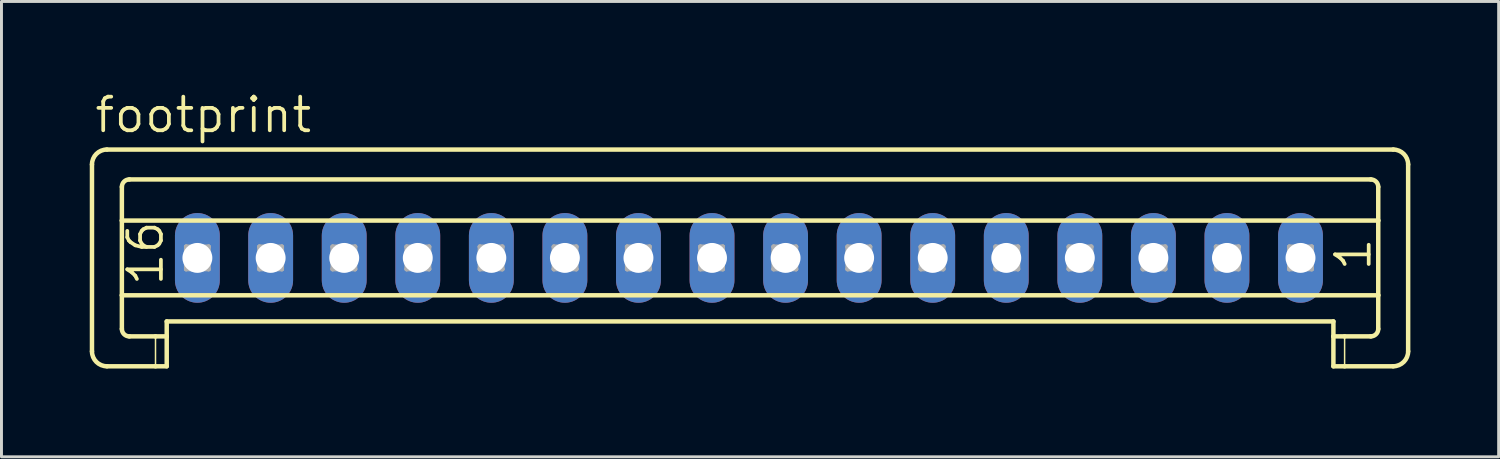
<source format=kicad_pcb>
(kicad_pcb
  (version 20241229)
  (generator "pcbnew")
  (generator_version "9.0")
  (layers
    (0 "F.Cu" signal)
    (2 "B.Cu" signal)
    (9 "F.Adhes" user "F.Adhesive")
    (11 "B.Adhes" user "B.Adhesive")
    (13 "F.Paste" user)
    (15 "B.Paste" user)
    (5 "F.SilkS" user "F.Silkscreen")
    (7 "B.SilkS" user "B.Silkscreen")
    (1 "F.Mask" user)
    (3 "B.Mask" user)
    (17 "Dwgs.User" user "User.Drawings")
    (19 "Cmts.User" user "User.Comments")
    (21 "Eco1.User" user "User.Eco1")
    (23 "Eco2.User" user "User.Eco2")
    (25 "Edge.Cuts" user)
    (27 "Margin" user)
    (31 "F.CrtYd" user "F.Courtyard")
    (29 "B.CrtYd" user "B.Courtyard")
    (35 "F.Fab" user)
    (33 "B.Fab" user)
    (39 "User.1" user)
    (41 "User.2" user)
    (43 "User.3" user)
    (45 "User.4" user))
  (footprint "footprint"
    (layer "F.Cu")
    (at 22.398 5.715)
    (property "Reference" "footprint" (at -22.296 -4.191 0) (layer "F.SilkS") (effects (font (size 1.143 1.143) (thickness 0.127)) (justify left bottom)))
    (fp_line (start -22.322 -3.175) (end -22.322 3.175) (stroke (width 0.152) (type solid)) (layer "F.SilkS"))
    (fp_line (start -21.814 -3.683) (end 21.9 -3.683) (stroke (width 0.152) (type solid)) (layer "F.SilkS"))
    (fp_line (start -21.306 -1.27) (end -21.306 -2.413) (stroke (width 0.152) (type solid)) (layer "F.SilkS"))
    (fp_line (start -21.306 -1.27) (end 21.392 -1.27) (stroke (width 0.152) (type solid)) (layer "F.SilkS"))
    (fp_line (start -21.306 1.27) (end -21.306 -1.27) (stroke (width 0.152) (type solid)) (layer "F.SilkS"))
    (fp_line (start -21.306 1.27) (end 21.392 1.27) (stroke (width 0.152) (type solid)) (layer "F.SilkS"))
    (fp_line (start -21.306 2.413) (end -21.306 1.27) (stroke (width 0.152) (type solid)) (layer "F.SilkS"))
    (fp_line (start -21.052 -2.667) (end 21.138 -2.667) (stroke (width 0.152) (type solid)) (layer "F.SilkS"))
    (fp_line (start -21.052 2.667) (end -20.163 2.667) (stroke (width 0.152) (type solid)) (layer "F.SilkS"))
    (fp_line (start -20.163 2.667) (end -20.163 3.683) (stroke (width 0.051) (type solid)) (layer "F.SilkS"))
    (fp_line (start -20.163 2.667) (end -19.782 2.667) (stroke (width 0.152) (type solid)) (layer "F.SilkS"))
    (fp_line (start -20.163 3.683) (end -21.814 3.683) (stroke (width 0.152) (type solid)) (layer "F.SilkS"))
    (fp_line (start -19.782 2.159) (end 19.868 2.159) (stroke (width 0.152) (type solid)) (layer "F.SilkS"))
    (fp_line (start -19.782 2.667) (end -19.782 2.159) (stroke (width 0.152) (type solid)) (layer "F.SilkS"))
    (fp_line (start -19.782 2.667) (end -19.782 3.683) (stroke (width 0.152) (type solid)) (layer "F.SilkS"))
    (fp_line (start -19.782 3.683) (end -20.163 3.683) (stroke (width 0.152) (type solid)) (layer "F.SilkS"))
    (fp_line (start 19.868 2.667) (end 19.868 2.159) (stroke (width 0.152) (type solid)) (layer "F.SilkS"))
    (fp_line (start 19.868 2.667) (end 20.249 2.667) (stroke (width 0.152) (type solid)) (layer "F.SilkS"))
    (fp_line (start 19.868 3.683) (end 19.868 2.667) (stroke (width 0.152) (type solid)) (layer "F.SilkS"))
    (fp_line (start 20.249 2.667) (end 20.249 3.683) (stroke (width 0.051) (type solid)) (layer "F.SilkS"))
    (fp_line (start 20.249 2.667) (end 21.138 2.667) (stroke (width 0.152) (type solid)) (layer "F.SilkS"))
    (fp_line (start 20.249 3.683) (end 19.868 3.683) (stroke (width 0.152) (type solid)) (layer "F.SilkS"))
    (fp_line (start 21.392 -1.27) (end 21.392 -2.413) (stroke (width 0.152) (type solid)) (layer "F.SilkS"))
    (fp_line (start 21.392 1.27) (end 21.392 -1.27) (stroke (width 0.152) (type solid)) (layer "F.SilkS"))
    (fp_line (start 21.392 2.413) (end 21.392 1.27) (stroke (width 0.152) (type solid)) (layer "F.SilkS"))
    (fp_line (start 21.9 3.683) (end 20.249 3.683) (stroke (width 0.152) (type solid)) (layer "F.SilkS"))
    (fp_line (start 22.408 -3.175) (end 22.408 3.175) (stroke (width 0.152) (type solid)) (layer "F.SilkS"))
    (fp_arc (start -22.322 -3.175) (mid -22.17321 -3.53421) (end -21.814 -3.683) (stroke (width 0.1524) (type solid)) (layer "F.SilkS"))
    (fp_arc (start -21.814 3.683) (mid -22.17321 3.53421) (end -22.322 3.175) (stroke (width 0.1524) (type solid)) (layer "F.SilkS"))
    (fp_arc (start -21.306 -2.413) (mid -21.231605 -2.592605) (end -21.052 -2.667) (stroke (width 0.1524) (type solid)) (layer "F.SilkS"))
    (fp_arc (start -21.052 2.667) (mid -21.231605 2.592605) (end -21.306 2.413) (stroke (width 0.1524) (type solid)) (layer "F.SilkS"))
    (fp_arc (start 21.138 -2.667) (mid 21.317605 -2.592605) (end 21.392 -2.413) (stroke (width 0.1524) (type solid)) (layer "F.SilkS"))
    (fp_arc (start 21.392 2.413) (mid 21.317605 2.592605) (end 21.138 2.667) (stroke (width 0.1524) (type solid)) (layer "F.SilkS"))
    (fp_arc (start 21.9 -3.683) (mid 22.25921 -3.53421) (end 22.408 -3.175) (stroke (width 0.1524) (type solid)) (layer "F.SilkS"))
    (fp_arc (start 22.408 3.175) (mid 22.25921 3.53421) (end 21.9 3.683) (stroke (width 0.1524) (type solid)) (layer "F.SilkS"))
    (fp_line (start -19.121 -0.381) (end -19.121 0.381) (stroke (width 0.152) (type solid)) (layer "F.Fab"))
    (fp_line (start -19.121 -0.381) (end -18.359 0.381) (stroke (width 0.152) (type solid)) (layer "F.Fab"))
    (fp_line (start -19.121 0.381) (end -18.359 0.381) (stroke (width 0.152) (type solid)) (layer "F.Fab"))
    (fp_line (start -18.359 -0.381) (end -19.121 -0.381) (stroke (width 0.152) (type solid)) (layer "F.Fab"))
    (fp_line (start -18.359 -0.381) (end -19.121 0.381) (stroke (width 0.152) (type solid)) (layer "F.Fab"))
    (fp_line (start -18.359 0.381) (end -18.359 -0.381) (stroke (width 0.152) (type solid)) (layer "F.Fab"))
    (fp_line (start -16.632 -0.381) (end -16.632 0.381) (stroke (width 0.152) (type solid)) (layer "F.Fab"))
    (fp_line (start -16.632 -0.381) (end -15.87 0.381) (stroke (width 0.152) (type solid)) (layer "F.Fab"))
    (fp_line (start -16.632 0.381) (end -15.87 0.381) (stroke (width 0.152) (type solid)) (layer "F.Fab"))
    (fp_line (start -15.87 -0.381) (end -16.632 -0.381) (stroke (width 0.152) (type solid)) (layer "F.Fab"))
    (fp_line (start -15.87 -0.381) (end -16.632 0.381) (stroke (width 0.152) (type solid)) (layer "F.Fab"))
    (fp_line (start -15.87 0.381) (end -15.87 -0.381) (stroke (width 0.152) (type solid)) (layer "F.Fab"))
    (fp_line (start -14.143 -0.381) (end -14.143 0.381) (stroke (width 0.152) (type solid)) (layer "F.Fab"))
    (fp_line (start -14.143 -0.381) (end -13.381 0.381) (stroke (width 0.152) (type solid)) (layer "F.Fab"))
    (fp_line (start -14.143 0.381) (end -13.381 0.381) (stroke (width 0.152) (type solid)) (layer "F.Fab"))
    (fp_line (start -13.381 -0.381) (end -14.143 -0.381) (stroke (width 0.152) (type solid)) (layer "F.Fab"))
    (fp_line (start -13.381 -0.381) (end -14.143 0.381) (stroke (width 0.152) (type solid)) (layer "F.Fab"))
    (fp_line (start -13.381 0.381) (end -13.381 -0.381) (stroke (width 0.152) (type solid)) (layer "F.Fab"))
    (fp_line (start -11.628 -0.381) (end -11.628 0.381) (stroke (width 0.152) (type solid)) (layer "F.Fab"))
    (fp_line (start -11.628 -0.381) (end -10.866 0.381) (stroke (width 0.152) (type solid)) (layer "F.Fab"))
    (fp_line (start -11.628 0.381) (end -10.866 0.381) (stroke (width 0.152) (type solid)) (layer "F.Fab"))
    (fp_line (start -10.866 -0.381) (end -11.628 -0.381) (stroke (width 0.152) (type solid)) (layer "F.Fab"))
    (fp_line (start -10.866 -0.381) (end -11.628 0.381) (stroke (width 0.152) (type solid)) (layer "F.Fab"))
    (fp_line (start -10.866 0.381) (end -10.866 -0.381) (stroke (width 0.152) (type solid)) (layer "F.Fab"))
    (fp_line (start -9.139 -0.381) (end -9.139 0.381) (stroke (width 0.152) (type solid)) (layer "F.Fab"))
    (fp_line (start -9.139 -0.381) (end -8.377 0.381) (stroke (width 0.152) (type solid)) (layer "F.Fab"))
    (fp_line (start -9.139 0.381) (end -8.377 0.381) (stroke (width 0.152) (type solid)) (layer "F.Fab"))
    (fp_line (start -8.377 -0.381) (end -9.139 -0.381) (stroke (width 0.152) (type solid)) (layer "F.Fab"))
    (fp_line (start -8.377 -0.381) (end -9.139 0.381) (stroke (width 0.152) (type solid)) (layer "F.Fab"))
    (fp_line (start -8.377 0.381) (end -8.377 -0.381) (stroke (width 0.152) (type solid)) (layer "F.Fab"))
    (fp_line (start -6.625 -0.381) (end -6.625 0.381) (stroke (width 0.152) (type solid)) (layer "F.Fab"))
    (fp_line (start -6.625 -0.381) (end -5.863 0.381) (stroke (width 0.152) (type solid)) (layer "F.Fab"))
    (fp_line (start -6.625 0.381) (end -5.863 0.381) (stroke (width 0.152) (type solid)) (layer "F.Fab"))
    (fp_line (start -5.863 -0.381) (end -6.625 -0.381) (stroke (width 0.152) (type solid)) (layer "F.Fab"))
    (fp_line (start -5.863 -0.381) (end -6.625 0.381) (stroke (width 0.152) (type solid)) (layer "F.Fab"))
    (fp_line (start -5.863 0.381) (end -5.863 -0.381) (stroke (width 0.152) (type solid)) (layer "F.Fab"))
    (fp_line (start -4.135 -0.381) (end -4.135 0.381) (stroke (width 0.152) (type solid)) (layer "F.Fab"))
    (fp_line (start -4.135 -0.381) (end -3.373 0.381) (stroke (width 0.152) (type solid)) (layer "F.Fab"))
    (fp_line (start -4.135 0.381) (end -3.373 0.381) (stroke (width 0.152) (type solid)) (layer "F.Fab"))
    (fp_line (start -3.373 -0.381) (end -4.135 -0.381) (stroke (width 0.152) (type solid)) (layer "F.Fab"))
    (fp_line (start -3.373 -0.381) (end -4.135 0.381) (stroke (width 0.152) (type solid)) (layer "F.Fab"))
    (fp_line (start -3.373 0.381) (end -3.373 -0.381) (stroke (width 0.152) (type solid)) (layer "F.Fab"))
    (fp_line (start -1.646 -0.381) (end -1.646 0.381) (stroke (width 0.152) (type solid)) (layer "F.Fab"))
    (fp_line (start -1.646 -0.381) (end -0.884 0.381) (stroke (width 0.152) (type solid)) (layer "F.Fab"))
    (fp_line (start -1.646 0.381) (end -0.884 0.381) (stroke (width 0.152) (type solid)) (layer "F.Fab"))
    (fp_line (start -0.884 -0.381) (end -1.646 -0.381) (stroke (width 0.152) (type solid)) (layer "F.Fab"))
    (fp_line (start -0.884 -0.381) (end -1.646 0.381) (stroke (width 0.152) (type solid)) (layer "F.Fab"))
    (fp_line (start -0.884 0.381) (end -0.884 -0.381) (stroke (width 0.152) (type solid)) (layer "F.Fab"))
    (fp_line (start 0.843 -0.381) (end 0.843 0.381) (stroke (width 0.152) (type solid)) (layer "F.Fab"))
    (fp_line (start 0.843 -0.381) (end 1.605 0.381) (stroke (width 0.152) (type solid)) (layer "F.Fab"))
    (fp_line (start 0.843 0.381) (end 1.605 0.381) (stroke (width 0.152) (type solid)) (layer "F.Fab"))
    (fp_line (start 1.605 -0.381) (end 0.843 -0.381) (stroke (width 0.152) (type solid)) (layer "F.Fab"))
    (fp_line (start 1.605 -0.381) (end 0.843 0.381) (stroke (width 0.152) (type solid)) (layer "F.Fab"))
    (fp_line (start 1.605 0.381) (end 1.605 -0.381) (stroke (width 0.152) (type solid)) (layer "F.Fab"))
    (fp_line (start 3.358 -0.381) (end 3.358 0.381) (stroke (width 0.152) (type solid)) (layer "F.Fab"))
    (fp_line (start 3.358 -0.381) (end 4.12 0.381) (stroke (width 0.152) (type solid)) (layer "F.Fab"))
    (fp_line (start 3.358 0.381) (end 4.12 0.381) (stroke (width 0.152) (type solid)) (layer "F.Fab"))
    (fp_line (start 4.12 -0.381) (end 3.358 -0.381) (stroke (width 0.152) (type solid)) (layer "F.Fab"))
    (fp_line (start 4.12 -0.381) (end 3.358 0.381) (stroke (width 0.152) (type solid)) (layer "F.Fab"))
    (fp_line (start 4.12 0.381) (end 4.12 -0.381) (stroke (width 0.152) (type solid)) (layer "F.Fab"))
    (fp_line (start 5.847 -0.381) (end 5.847 0.381) (stroke (width 0.152) (type solid)) (layer "F.Fab"))
    (fp_line (start 5.847 -0.381) (end 6.609 0.381) (stroke (width 0.152) (type solid)) (layer "F.Fab"))
    (fp_line (start 5.847 0.381) (end 6.609 0.381) (stroke (width 0.152) (type solid)) (layer "F.Fab"))
    (fp_line (start 6.609 -0.381) (end 5.847 -0.381) (stroke (width 0.152) (type solid)) (layer "F.Fab"))
    (fp_line (start 6.609 -0.381) (end 5.847 0.381) (stroke (width 0.152) (type solid)) (layer "F.Fab"))
    (fp_line (start 6.609 0.381) (end 6.609 -0.381) (stroke (width 0.152) (type solid)) (layer "F.Fab"))
    (fp_line (start 8.387 -0.381) (end 8.387 0.381) (stroke (width 0.152) (type solid)) (layer "F.Fab"))
    (fp_line (start 8.387 -0.381) (end 9.149 0.381) (stroke (width 0.152) (type solid)) (layer "F.Fab"))
    (fp_line (start 8.387 0.381) (end 9.149 0.381) (stroke (width 0.152) (type solid)) (layer "F.Fab"))
    (fp_line (start 9.149 -0.381) (end 8.387 -0.381) (stroke (width 0.152) (type solid)) (layer "F.Fab"))
    (fp_line (start 9.149 -0.381) (end 8.387 0.381) (stroke (width 0.152) (type solid)) (layer "F.Fab"))
    (fp_line (start 9.149 0.381) (end 9.149 -0.381) (stroke (width 0.152) (type solid)) (layer "F.Fab"))
    (fp_line (start 10.876 -0.381) (end 10.876 0.381) (stroke (width 0.152) (type solid)) (layer "F.Fab"))
    (fp_line (start 10.876 -0.381) (end 11.638 0.381) (stroke (width 0.152) (type solid)) (layer "F.Fab"))
    (fp_line (start 10.876 0.381) (end 11.638 0.381) (stroke (width 0.152) (type solid)) (layer "F.Fab"))
    (fp_line (start 11.638 -0.381) (end 10.876 -0.381) (stroke (width 0.152) (type solid)) (layer "F.Fab"))
    (fp_line (start 11.638 -0.381) (end 10.876 0.381) (stroke (width 0.152) (type solid)) (layer "F.Fab"))
    (fp_line (start 11.638 0.381) (end 11.638 -0.381) (stroke (width 0.152) (type solid)) (layer "F.Fab"))
    (fp_line (start 13.391 -0.381) (end 13.391 0.381) (stroke (width 0.152) (type solid)) (layer "F.Fab"))
    (fp_line (start 13.391 -0.381) (end 14.153 0.381) (stroke (width 0.152) (type solid)) (layer "F.Fab"))
    (fp_line (start 13.391 0.381) (end 14.153 0.381) (stroke (width 0.152) (type solid)) (layer "F.Fab"))
    (fp_line (start 14.153 -0.381) (end 13.391 -0.381) (stroke (width 0.152) (type solid)) (layer "F.Fab"))
    (fp_line (start 14.153 -0.381) (end 13.391 0.381) (stroke (width 0.152) (type solid)) (layer "F.Fab"))
    (fp_line (start 14.153 0.381) (end 14.153 -0.381) (stroke (width 0.152) (type solid)) (layer "F.Fab"))
    (fp_line (start 15.88 -0.381) (end 15.88 0.381) (stroke (width 0.152) (type solid)) (layer "F.Fab"))
    (fp_line (start 15.88 -0.381) (end 16.642 0.381) (stroke (width 0.152) (type solid)) (layer "F.Fab"))
    (fp_line (start 15.88 0.381) (end 16.642 0.381) (stroke (width 0.152) (type solid)) (layer "F.Fab"))
    (fp_line (start 16.642 -0.381) (end 15.88 -0.381) (stroke (width 0.152) (type solid)) (layer "F.Fab"))
    (fp_line (start 16.642 -0.381) (end 15.88 0.381) (stroke (width 0.152) (type solid)) (layer "F.Fab"))
    (fp_line (start 16.642 0.381) (end 16.642 -0.381) (stroke (width 0.152) (type solid)) (layer "F.Fab"))
    (fp_line (start 18.369 -0.381) (end 18.369 0.381) (stroke (width 0.152) (type solid)) (layer "F.Fab"))
    (fp_line (start 18.369 -0.381) (end 19.131 0.381) (stroke (width 0.152) (type solid)) (layer "F.Fab"))
    (fp_line (start 18.369 0.381) (end 19.131 0.381) (stroke (width 0.152) (type solid)) (layer "F.Fab"))
    (fp_line (start 19.131 -0.381) (end 18.369 -0.381) (stroke (width 0.152) (type solid)) (layer "F.Fab"))
    (fp_line (start 19.131 -0.381) (end 18.369 0.381) (stroke (width 0.152) (type solid)) (layer "F.Fab"))
    (fp_line (start 19.131 0.381) (end 19.131 -0.381) (stroke (width 0.152) (type solid)) (layer "F.Fab"))
    (fp_text user "1" (at 21.214 0.508 90) (layer "F.SilkS") (effects (font (size 1.143 1.143) (thickness 0.127)) (justify left bottom)))
    (fp_text user "16" (at -19.833 1.016 90) (layer "F.SilkS") (effects (font (size 1.143 1.143) (thickness 0.127)) (justify left bottom)))
    (pad "1" thru_hole oval (at 18.75 0 90) (size 3.048 1.524) (drill 1.016) (layers "*.Cu" "*.Mask"))
    (pad "2" thru_hole oval (at 16.25 0 90) (size 3.048 1.524) (drill 1.016) (layers "*.Cu" "*.Mask"))
    (pad "3" thru_hole oval (at 13.75 0 90) (size 3.048 1.524) (drill 1.016) (layers "*.Cu" "*.Mask"))
    (pad "4" thru_hole oval (at 11.25 0 90) (size 3.048 1.524) (drill 1.016) (layers "*.Cu" "*.Mask"))
    (pad "5" thru_hole oval (at 8.75 0 90) (size 3.048 1.524) (drill 1.016) (layers "*.Cu" "*.Mask"))
    (pad "6" thru_hole oval (at 6.25 0 90) (size 3.048 1.524) (drill 1.016) (layers "*.Cu" "*.Mask"))
    (pad "7" thru_hole oval (at 3.75 0 90) (size 3.048 1.524) (drill 1.016) (layers "*.Cu" "*.Mask"))
    (pad "8" thru_hole oval (at 1.25 0 90) (size 3.048 1.524) (drill 1.016) (layers "*.Cu" "*.Mask"))
    (pad "9" thru_hole oval (at -1.25 0 90) (size 3.048 1.524) (drill 1.016) (layers "*.Cu" "*.Mask"))
    (pad "10" thru_hole oval (at -3.75 0 90) (size 3.048 1.524) (drill 1.016) (layers "*.Cu" "*.Mask"))
    (pad "11" thru_hole oval (at -6.25 0 90) (size 3.048 1.524) (drill 1.016) (layers "*.Cu" "*.Mask"))
    (pad "12" thru_hole oval (at -8.75 0 90) (size 3.048 1.524) (drill 1.016) (layers "*.Cu" "*.Mask"))
    (pad "13" thru_hole oval (at -11.25 0 90) (size 3.048 1.524) (drill 1.016) (layers "*.Cu" "*.Mask"))
    (pad "14" thru_hole oval (at -13.75 0 90) (size 3.048 1.524) (drill 1.016) (layers "*.Cu" "*.Mask"))
    (pad "15" thru_hole oval (at -16.25 0 90) (size 3.048 1.524) (drill 1.016) (layers "*.Cu" "*.Mask"))
    (pad "16" thru_hole oval (at -18.74 0 90) (size 3.048 1.524) (drill 1.016) (layers "*.Cu" "*.Mask")))
  (gr_rect
    (start -3 -3)
    (end 47.882 12.474)
    (stroke (width 0.1) (type default))
    (fill no)
    (layer "Edge.Cuts")))
</source>
